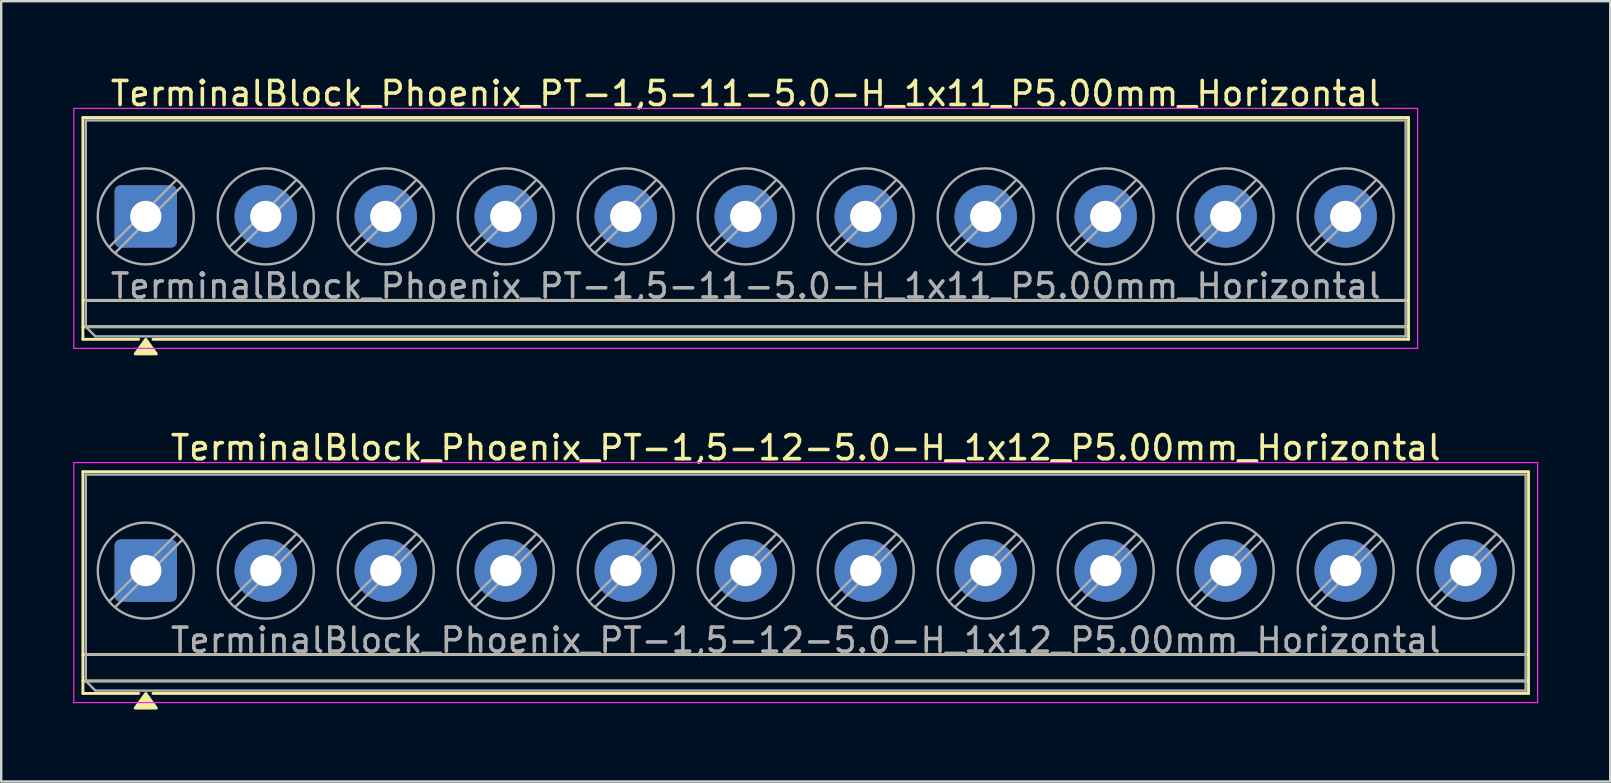
<source format=kicad_pcb>
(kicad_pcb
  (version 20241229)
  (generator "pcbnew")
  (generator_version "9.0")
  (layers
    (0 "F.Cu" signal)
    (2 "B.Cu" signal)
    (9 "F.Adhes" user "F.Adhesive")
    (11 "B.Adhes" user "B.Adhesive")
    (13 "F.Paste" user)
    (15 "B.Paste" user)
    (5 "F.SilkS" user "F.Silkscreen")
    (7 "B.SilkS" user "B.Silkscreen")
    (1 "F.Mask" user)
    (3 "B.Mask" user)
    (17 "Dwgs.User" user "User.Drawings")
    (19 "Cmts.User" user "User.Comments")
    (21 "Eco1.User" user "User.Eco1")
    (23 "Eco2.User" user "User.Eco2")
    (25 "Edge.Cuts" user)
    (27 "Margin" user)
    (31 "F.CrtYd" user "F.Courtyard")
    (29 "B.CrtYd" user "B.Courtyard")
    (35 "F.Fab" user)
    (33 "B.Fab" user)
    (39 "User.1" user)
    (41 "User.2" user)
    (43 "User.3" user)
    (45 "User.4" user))
  (footprint "TerminalBlock_Phoenix_PT-1,5-12-5.0-H_1x12_P5.00mm_Horizontal"
    (layer "F.Cu")
    (at 3.025 20.727)
    (property "Reference" "TerminalBlock_Phoenix_PT-1,5-12-5.0-H_1x12_P5.00mm_Horizontal" (at 27.5 -5.12 0) (layer "F.SilkS") (effects (font (size 1 1) (thickness 0.15))))
    (attr through_hole)
    (fp_line (start -2.62 -4.12) (end 57.62 -4.12) (stroke (width 0.12) (type solid)) (layer "F.SilkS"))
    (fp_line (start -2.62 3.5) (end 57.62 3.5) (stroke (width 0.12) (type solid)) (layer "F.SilkS"))
    (fp_line (start -2.62 4.6) (end 57.62 4.6) (stroke (width 0.12) (type solid)) (layer "F.SilkS"))
    (fp_line (start -2.62 5.12) (end -2.62 -4.12) (stroke (width 0.12) (type solid)) (layer "F.SilkS"))
    (fp_line (start -0.3 5.12) (end -2.62 5.12) (stroke (width 0.12) (type solid)) (layer "F.SilkS"))
    (fp_line (start 57.62 -4.12) (end 57.62 5.12) (stroke (width 0.12) (type solid)) (layer "F.SilkS"))
    (fp_line (start 57.62 5.12) (end 0.3 5.12) (stroke (width 0.12) (type solid)) (layer "F.SilkS"))
    (fp_poly (pts (xy 0 5.12) (xy 0.44 5.73) (xy -0.44 5.73)) (stroke (width 0.12) (type solid)) (fill yes) (layer "F.SilkS"))
    (fp_line (start -3 -4.5) (end -3 5.5) (stroke (width 0.05) (type solid)) (layer "F.CrtYd"))
    (fp_line (start -3 5.5) (end 58 5.5) (stroke (width 0.05) (type solid)) (layer "F.CrtYd"))
    (fp_line (start 58 -4.5) (end -3 -4.5) (stroke (width 0.05) (type solid)) (layer "F.CrtYd"))
    (fp_line (start 58 5.5) (end 58 -4.5) (stroke (width 0.05) (type solid)) (layer "F.CrtYd"))
    (fp_line (start -2.5 -4) (end 57.5 -4) (stroke (width 0.1) (type solid)) (layer "F.Fab"))
    (fp_line (start -2.5 3.5) (end 57.5 3.5) (stroke (width 0.1) (type solid)) (layer "F.Fab"))
    (fp_line (start -2.5 4.6) (end -2.5 -4) (stroke (width 0.1) (type solid)) (layer "F.Fab"))
    (fp_line (start -2.5 4.6) (end 57.5 4.6) (stroke (width 0.1) (type solid)) (layer "F.Fab"))
    (fp_line (start -2.1 5) (end -2.5 4.6) (stroke (width 0.1) (type solid)) (layer "F.Fab"))
    (fp_line (start 1.273 -1.517) (end -1.517 1.273) (stroke (width 0.1) (type solid)) (layer "F.Fab"))
    (fp_line (start 1.517 -1.273) (end -1.273 1.517) (stroke (width 0.1) (type solid)) (layer "F.Fab"))
    (fp_line (start 6.273 -1.517) (end 3.483 1.273) (stroke (width 0.1) (type solid)) (layer "F.Fab"))
    (fp_line (start 6.517 -1.273) (end 3.727 1.517) (stroke (width 0.1) (type solid)) (layer "F.Fab"))
    (fp_line (start 11.273 -1.517) (end 8.483 1.273) (stroke (width 0.1) (type solid)) (layer "F.Fab"))
    (fp_line (start 11.517 -1.273) (end 8.727 1.517) (stroke (width 0.1) (type solid)) (layer "F.Fab"))
    (fp_line (start 16.273 -1.517) (end 13.483 1.273) (stroke (width 0.1) (type solid)) (layer "F.Fab"))
    (fp_line (start 16.517 -1.273) (end 13.727 1.517) (stroke (width 0.1) (type solid)) (layer "F.Fab"))
    (fp_line (start 21.273 -1.517) (end 18.483 1.273) (stroke (width 0.1) (type solid)) (layer "F.Fab"))
    (fp_line (start 21.517 -1.273) (end 18.727 1.517) (stroke (width 0.1) (type solid)) (layer "F.Fab"))
    (fp_line (start 26.273 -1.517) (end 23.483 1.273) (stroke (width 0.1) (type solid)) (layer "F.Fab"))
    (fp_line (start 26.517 -1.273) (end 23.727 1.517) (stroke (width 0.1) (type solid)) (layer "F.Fab"))
    (fp_line (start 31.273 -1.517) (end 28.483 1.273) (stroke (width 0.1) (type solid)) (layer "F.Fab"))
    (fp_line (start 31.517 -1.273) (end 28.727 1.517) (stroke (width 0.1) (type solid)) (layer "F.Fab"))
    (fp_line (start 36.273 -1.517) (end 33.483 1.273) (stroke (width 0.1) (type solid)) (layer "F.Fab"))
    (fp_line (start 36.517 -1.273) (end 33.727 1.517) (stroke (width 0.1) (type solid)) (layer "F.Fab"))
    (fp_line (start 41.273 -1.517) (end 38.483 1.273) (stroke (width 0.1) (type solid)) (layer "F.Fab"))
    (fp_line (start 41.517 -1.273) (end 38.727 1.517) (stroke (width 0.1) (type solid)) (layer "F.Fab"))
    (fp_line (start 46.273 -1.517) (end 43.483 1.273) (stroke (width 0.1) (type solid)) (layer "F.Fab"))
    (fp_line (start 46.517 -1.273) (end 43.727 1.517) (stroke (width 0.1) (type solid)) (layer "F.Fab"))
    (fp_line (start 51.273 -1.517) (end 48.483 1.273) (stroke (width 0.1) (type solid)) (layer "F.Fab"))
    (fp_line (start 51.517 -1.273) (end 48.727 1.517) (stroke (width 0.1) (type solid)) (layer "F.Fab"))
    (fp_line (start 56.273 -1.517) (end 53.483 1.273) (stroke (width 0.1) (type solid)) (layer "F.Fab"))
    (fp_line (start 56.517 -1.273) (end 53.727 1.517) (stroke (width 0.1) (type solid)) (layer "F.Fab"))
    (fp_line (start 57.5 -4) (end 57.5 5) (stroke (width 0.1) (type solid)) (layer "F.Fab"))
    (fp_line (start 57.5 5) (end -2.1 5) (stroke (width 0.1) (type solid)) (layer "F.Fab"))
    (fp_circle (center 0 0) (end 2 0) (stroke (width 0.1) (type solid)) (fill no) (layer "F.Fab"))
    (fp_circle (center 5 0) (end 7 0) (stroke (width 0.1) (type solid)) (fill no) (layer "F.Fab"))
    (fp_circle (center 10 0) (end 12 0) (stroke (width 0.1) (type solid)) (fill no) (layer "F.Fab"))
    (fp_circle (center 15 0) (end 17 0) (stroke (width 0.1) (type solid)) (fill no) (layer "F.Fab"))
    (fp_circle (center 20 0) (end 22 0) (stroke (width 0.1) (type solid)) (fill no) (layer "F.Fab"))
    (fp_circle (center 25 0) (end 27 0) (stroke (width 0.1) (type solid)) (fill no) (layer "F.Fab"))
    (fp_circle (center 30 0) (end 32 0) (stroke (width 0.1) (type solid)) (fill no) (layer "F.Fab"))
    (fp_circle (center 35 0) (end 37 0) (stroke (width 0.1) (type solid)) (fill no) (layer "F.Fab"))
    (fp_circle (center 40 0) (end 42 0) (stroke (width 0.1) (type solid)) (fill no) (layer "F.Fab"))
    (fp_circle (center 45 0) (end 47 0) (stroke (width 0.1) (type solid)) (fill no) (layer "F.Fab"))
    (fp_circle (center 50 0) (end 52 0) (stroke (width 0.1) (type solid)) (fill no) (layer "F.Fab"))
    (fp_circle (center 55 0) (end 57 0) (stroke (width 0.1) (type solid)) (fill no) (layer "F.Fab"))
    (fp_text user "${REFERENCE}" (at 27.5 2.9 0) (layer "F.Fab") (effects (font (size 1 1) (thickness 0.15))))
    (pad "1" thru_hole roundrect (at 0 0) (size 2.6 2.6) (drill 1.3) (layers "*.Cu" "*.Mask") (roundrect_rratio 0.096))
    (pad "2" thru_hole circle (at 5 0) (size 2.6 2.6) (drill 1.3) (layers "*.Cu" "*.Mask"))
    (pad "3" thru_hole circle (at 10 0) (size 2.6 2.6) (drill 1.3) (layers "*.Cu" "*.Mask"))
    (pad "4" thru_hole circle (at 15 0) (size 2.6 2.6) (drill 1.3) (layers "*.Cu" "*.Mask"))
    (pad "5" thru_hole circle (at 20 0) (size 2.6 2.6) (drill 1.3) (layers "*.Cu" "*.Mask"))
    (pad "6" thru_hole circle (at 25 0) (size 2.6 2.6) (drill 1.3) (layers "*.Cu" "*.Mask"))
    (pad "7" thru_hole circle (at 30 0) (size 2.6 2.6) (drill 1.3) (layers "*.Cu" "*.Mask"))
    (pad "8" thru_hole circle (at 35 0) (size 2.6 2.6) (drill 1.3) (layers "*.Cu" "*.Mask"))
    (pad "9" thru_hole circle (at 40 0) (size 2.6 2.6) (drill 1.3) (layers "*.Cu" "*.Mask"))
    (pad "10" thru_hole circle (at 45 0) (size 2.6 2.6) (drill 1.3) (layers "*.Cu" "*.Mask"))
    (pad "11" thru_hole circle (at 50 0) (size 2.6 2.6) (drill 1.3) (layers "*.Cu" "*.Mask"))
    (pad "12" thru_hole circle (at 55 0) (size 2.6 2.6) (drill 1.3) (layers "*.Cu" "*.Mask")))
  (footprint "TerminalBlock_Phoenix_PT-1,5-11-5.0-H_1x11_P5.00mm_Horizontal"
    (layer "F.Cu")
    (at 3.025 5.968)
    (property "Reference" "TerminalBlock_Phoenix_PT-1,5-11-5.0-H_1x11_P5.00mm_Horizontal" (at 25 -5.12 0) (layer "F.SilkS") (effects (font (size 1 1) (thickness 0.15))))
    (attr through_hole)
    (fp_line (start -2.62 -4.12) (end 52.62 -4.12) (stroke (width 0.12) (type solid)) (layer "F.SilkS"))
    (fp_line (start -2.62 3.5) (end 52.62 3.5) (stroke (width 0.12) (type solid)) (layer "F.SilkS"))
    (fp_line (start -2.62 4.6) (end 52.62 4.6) (stroke (width 0.12) (type solid)) (layer "F.SilkS"))
    (fp_line (start -2.62 5.12) (end -2.62 -4.12) (stroke (width 0.12) (type solid)) (layer "F.SilkS"))
    (fp_line (start -0.3 5.12) (end -2.62 5.12) (stroke (width 0.12) (type solid)) (layer "F.SilkS"))
    (fp_line (start 52.62 -4.12) (end 52.62 5.12) (stroke (width 0.12) (type solid)) (layer "F.SilkS"))
    (fp_line (start 52.62 5.12) (end 0.3 5.12) (stroke (width 0.12) (type solid)) (layer "F.SilkS"))
    (fp_poly (pts (xy 0 5.12) (xy 0.44 5.73) (xy -0.44 5.73)) (stroke (width 0.12) (type solid)) (fill yes) (layer "F.SilkS"))
    (fp_line (start -3 -4.5) (end -3 5.5) (stroke (width 0.05) (type solid)) (layer "F.CrtYd"))
    (fp_line (start -3 5.5) (end 53 5.5) (stroke (width 0.05) (type solid)) (layer "F.CrtYd"))
    (fp_line (start 53 -4.5) (end -3 -4.5) (stroke (width 0.05) (type solid)) (layer "F.CrtYd"))
    (fp_line (start 53 5.5) (end 53 -4.5) (stroke (width 0.05) (type solid)) (layer "F.CrtYd"))
    (fp_line (start -2.5 -4) (end 52.5 -4) (stroke (width 0.1) (type solid)) (layer "F.Fab"))
    (fp_line (start -2.5 3.5) (end 52.5 3.5) (stroke (width 0.1) (type solid)) (layer "F.Fab"))
    (fp_line (start -2.5 4.6) (end -2.5 -4) (stroke (width 0.1) (type solid)) (layer "F.Fab"))
    (fp_line (start -2.5 4.6) (end 52.5 4.6) (stroke (width 0.1) (type solid)) (layer "F.Fab"))
    (fp_line (start -2.1 5) (end -2.5 4.6) (stroke (width 0.1) (type solid)) (layer "F.Fab"))
    (fp_line (start 1.273 -1.517) (end -1.517 1.273) (stroke (width 0.1) (type solid)) (layer "F.Fab"))
    (fp_line (start 1.517 -1.273) (end -1.273 1.517) (stroke (width 0.1) (type solid)) (layer "F.Fab"))
    (fp_line (start 6.273 -1.517) (end 3.483 1.273) (stroke (width 0.1) (type solid)) (layer "F.Fab"))
    (fp_line (start 6.517 -1.273) (end 3.727 1.517) (stroke (width 0.1) (type solid)) (layer "F.Fab"))
    (fp_line (start 11.273 -1.517) (end 8.483 1.273) (stroke (width 0.1) (type solid)) (layer "F.Fab"))
    (fp_line (start 11.517 -1.273) (end 8.727 1.517) (stroke (width 0.1) (type solid)) (layer "F.Fab"))
    (fp_line (start 16.273 -1.517) (end 13.483 1.273) (stroke (width 0.1) (type solid)) (layer "F.Fab"))
    (fp_line (start 16.517 -1.273) (end 13.727 1.517) (stroke (width 0.1) (type solid)) (layer "F.Fab"))
    (fp_line (start 21.273 -1.517) (end 18.483 1.273) (stroke (width 0.1) (type solid)) (layer "F.Fab"))
    (fp_line (start 21.517 -1.273) (end 18.727 1.517) (stroke (width 0.1) (type solid)) (layer "F.Fab"))
    (fp_line (start 26.273 -1.517) (end 23.483 1.273) (stroke (width 0.1) (type solid)) (layer "F.Fab"))
    (fp_line (start 26.517 -1.273) (end 23.727 1.517) (stroke (width 0.1) (type solid)) (layer "F.Fab"))
    (fp_line (start 31.273 -1.517) (end 28.483 1.273) (stroke (width 0.1) (type solid)) (layer "F.Fab"))
    (fp_line (start 31.517 -1.273) (end 28.727 1.517) (stroke (width 0.1) (type solid)) (layer "F.Fab"))
    (fp_line (start 36.273 -1.517) (end 33.483 1.273) (stroke (width 0.1) (type solid)) (layer "F.Fab"))
    (fp_line (start 36.517 -1.273) (end 33.727 1.517) (stroke (width 0.1) (type solid)) (layer "F.Fab"))
    (fp_line (start 41.273 -1.517) (end 38.483 1.273) (stroke (width 0.1) (type solid)) (layer "F.Fab"))
    (fp_line (start 41.517 -1.273) (end 38.727 1.517) (stroke (width 0.1) (type solid)) (layer "F.Fab"))
    (fp_line (start 46.273 -1.517) (end 43.483 1.273) (stroke (width 0.1) (type solid)) (layer "F.Fab"))
    (fp_line (start 46.517 -1.273) (end 43.727 1.517) (stroke (width 0.1) (type solid)) (layer "F.Fab"))
    (fp_line (start 51.273 -1.517) (end 48.483 1.273) (stroke (width 0.1) (type solid)) (layer "F.Fab"))
    (fp_line (start 51.517 -1.273) (end 48.727 1.517) (stroke (width 0.1) (type solid)) (layer "F.Fab"))
    (fp_line (start 52.5 -4) (end 52.5 5) (stroke (width 0.1) (type solid)) (layer "F.Fab"))
    (fp_line (start 52.5 5) (end -2.1 5) (stroke (width 0.1) (type solid)) (layer "F.Fab"))
    (fp_circle (center 0 0) (end 2 0) (stroke (width 0.1) (type solid)) (fill no) (layer "F.Fab"))
    (fp_circle (center 5 0) (end 7 0) (stroke (width 0.1) (type solid)) (fill no) (layer "F.Fab"))
    (fp_circle (center 10 0) (end 12 0) (stroke (width 0.1) (type solid)) (fill no) (layer "F.Fab"))
    (fp_circle (center 15 0) (end 17 0) (stroke (width 0.1) (type solid)) (fill no) (layer "F.Fab"))
    (fp_circle (center 20 0) (end 22 0) (stroke (width 0.1) (type solid)) (fill no) (layer "F.Fab"))
    (fp_circle (center 25 0) (end 27 0) (stroke (width 0.1) (type solid)) (fill no) (layer "F.Fab"))
    (fp_circle (center 30 0) (end 32 0) (stroke (width 0.1) (type solid)) (fill no) (layer "F.Fab"))
    (fp_circle (center 35 0) (end 37 0) (stroke (width 0.1) (type solid)) (fill no) (layer "F.Fab"))
    (fp_circle (center 40 0) (end 42 0) (stroke (width 0.1) (type solid)) (fill no) (layer "F.Fab"))
    (fp_circle (center 45 0) (end 47 0) (stroke (width 0.1) (type solid)) (fill no) (layer "F.Fab"))
    (fp_circle (center 50 0) (end 52 0) (stroke (width 0.1) (type solid)) (fill no) (layer "F.Fab"))
    (fp_text user "${REFERENCE}" (at 25 2.9 0) (layer "F.Fab") (effects (font (size 1 1) (thickness 0.15))))
    (pad "1" thru_hole roundrect (at 0 0) (size 2.6 2.6) (drill 1.3) (layers "*.Cu" "*.Mask") (roundrect_rratio 0.096))
    (pad "2" thru_hole circle (at 5 0) (size 2.6 2.6) (drill 1.3) (layers "*.Cu" "*.Mask"))
    (pad "3" thru_hole circle (at 10 0) (size 2.6 2.6) (drill 1.3) (layers "*.Cu" "*.Mask"))
    (pad "4" thru_hole circle (at 15 0) (size 2.6 2.6) (drill 1.3) (layers "*.Cu" "*.Mask"))
    (pad "5" thru_hole circle (at 20 0) (size 2.6 2.6) (drill 1.3) (layers "*.Cu" "*.Mask"))
    (pad "6" thru_hole circle (at 25 0) (size 2.6 2.6) (drill 1.3) (layers "*.Cu" "*.Mask"))
    (pad "7" thru_hole circle (at 30 0) (size 2.6 2.6) (drill 1.3) (layers "*.Cu" "*.Mask"))
    (pad "8" thru_hole circle (at 35 0) (size 2.6 2.6) (drill 1.3) (layers "*.Cu" "*.Mask"))
    (pad "9" thru_hole circle (at 40 0) (size 2.6 2.6) (drill 1.3) (layers "*.Cu" "*.Mask"))
    (pad "10" thru_hole circle (at 45 0) (size 2.6 2.6) (drill 1.3) (layers "*.Cu" "*.Mask"))
    (pad "11" thru_hole circle (at 50 0) (size 2.6 2.6) (drill 1.3) (layers "*.Cu" "*.Mask")))
  (gr_rect
    (start -3 -3)
    (end 64.05 29.517)
    (stroke (width 0.1) (type default))
    (fill no)
    (layer "Edge.Cuts")))
</source>
